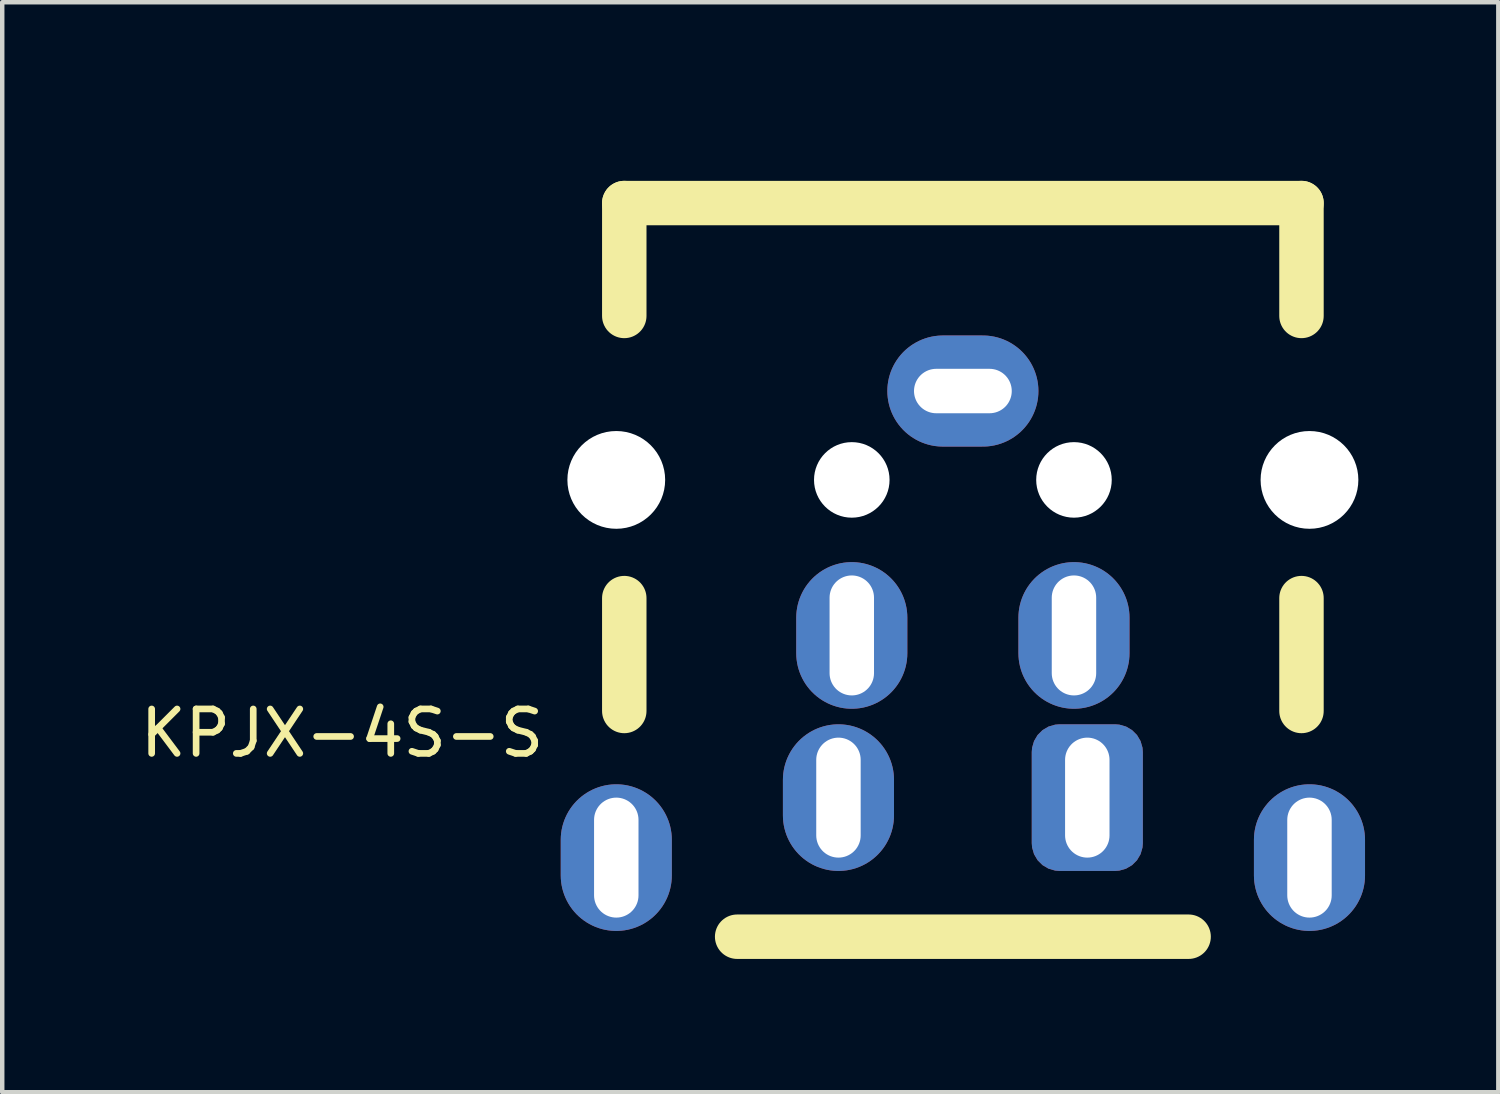
<source format=kicad_pcb>
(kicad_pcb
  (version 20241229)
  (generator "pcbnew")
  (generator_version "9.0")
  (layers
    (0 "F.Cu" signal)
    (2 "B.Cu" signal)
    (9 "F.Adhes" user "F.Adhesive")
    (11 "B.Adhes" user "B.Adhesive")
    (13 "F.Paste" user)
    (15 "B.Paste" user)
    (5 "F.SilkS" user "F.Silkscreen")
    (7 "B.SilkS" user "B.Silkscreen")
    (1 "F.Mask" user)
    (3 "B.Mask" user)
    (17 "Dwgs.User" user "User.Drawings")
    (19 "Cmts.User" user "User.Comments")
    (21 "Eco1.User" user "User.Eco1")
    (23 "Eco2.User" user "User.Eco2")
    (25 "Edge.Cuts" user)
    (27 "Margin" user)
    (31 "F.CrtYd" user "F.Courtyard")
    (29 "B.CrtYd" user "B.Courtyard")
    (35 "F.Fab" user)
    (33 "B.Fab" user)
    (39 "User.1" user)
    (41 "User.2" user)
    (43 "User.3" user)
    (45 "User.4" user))
  (footprint "KPJX-4S-S"
    (layer "F.Cu")
    (at 18.619 0.25)
    (property "Reference" "KPJX-4S-S" (at -13.97 13.2 0) (layer "F.SilkS") (effects (font (size 1 1) (thickness 0.15))))
    (attr through_hole)
    (fp_line (start -7.62 1.27) (end -7.62 3.81) (stroke (width 1) (type solid)) (layer "F.SilkS"))
    (fp_line (start -7.62 1.27) (end 7.62 1.27) (stroke (width 1) (type solid)) (layer "F.SilkS"))
    (fp_line (start -7.62 12.7) (end -7.62 10.16) (stroke (width 1) (type solid)) (layer "F.SilkS"))
    (fp_line (start 5.08 17.78) (end -5.08 17.78) (stroke (width 1) (type solid)) (layer "F.SilkS"))
    (fp_line (start 7.62 1.27) (end 7.62 3.81) (stroke (width 1) (type solid)) (layer "F.SilkS"))
    (fp_line (start 7.62 10.16) (end 7.62 12.7) (stroke (width 1) (type solid)) (layer "F.SilkS"))
    (pad "" np_thru_hole circle (at -7.8 7.5) (size 2.2 2.2) (drill 2.2) (layers "*.Cu" "*.Mask"))
    (pad "" np_thru_hole circle (at -2.5 7.5) (size 1.7 1.7) (drill 1.7) (layers "*.Cu" "*.Mask"))
    (pad "" np_thru_hole circle (at 2.5 7.5) (size 1.7 1.7) (drill 1.7) (layers "*.Cu" "*.Mask"))
    (pad "" np_thru_hole circle (at 7.8 7.5) (size 2.2 2.2) (drill 2.2) (layers "*.Cu" "*.Mask"))
    (pad "1" thru_hole roundrect (at 2.8 14.65) (size 2.5 3.3) (drill oval 1 2.7) (layers "*.Cu" "*.Mask") (roundrect_rratio 0.25))
    (pad "2" thru_hole oval (at -2.8 14.65) (size 2.5 3.3) (drill oval 1 2.7) (layers "*.Cu" "*.Mask"))
    (pad "3" thru_hole oval (at 2.5 11) (size 2.5 3.3) (drill oval 1 2.7) (layers "*.Cu" "*.Mask"))
    (pad "4" thru_hole oval (at -2.5 11) (size 2.5 3.3) (drill oval 1 2.7) (layers "*.Cu" "*.Mask"))
    (pad "5" thru_hole oval (at -7.8 16) (size 2.5 3.3) (drill oval 1 2.7) (layers "*.Cu" "*.Mask"))
    (pad "5" thru_hole oval (at 0 5.5) (size 3.4 2.5) (drill oval 2.2 1) (layers "*.Cu" "*.Mask"))
    (pad "5" thru_hole oval (at 7.8 16) (size 2.5 3.3) (drill oval 1 2.7) (layers "*.Cu" "*.Mask")))
  (gr_rect
    (start -3 -3)
    (end 30.669 21.53)
    (stroke (width 0.1) (type default))
    (fill no)
    (layer "Edge.Cuts")))
</source>
